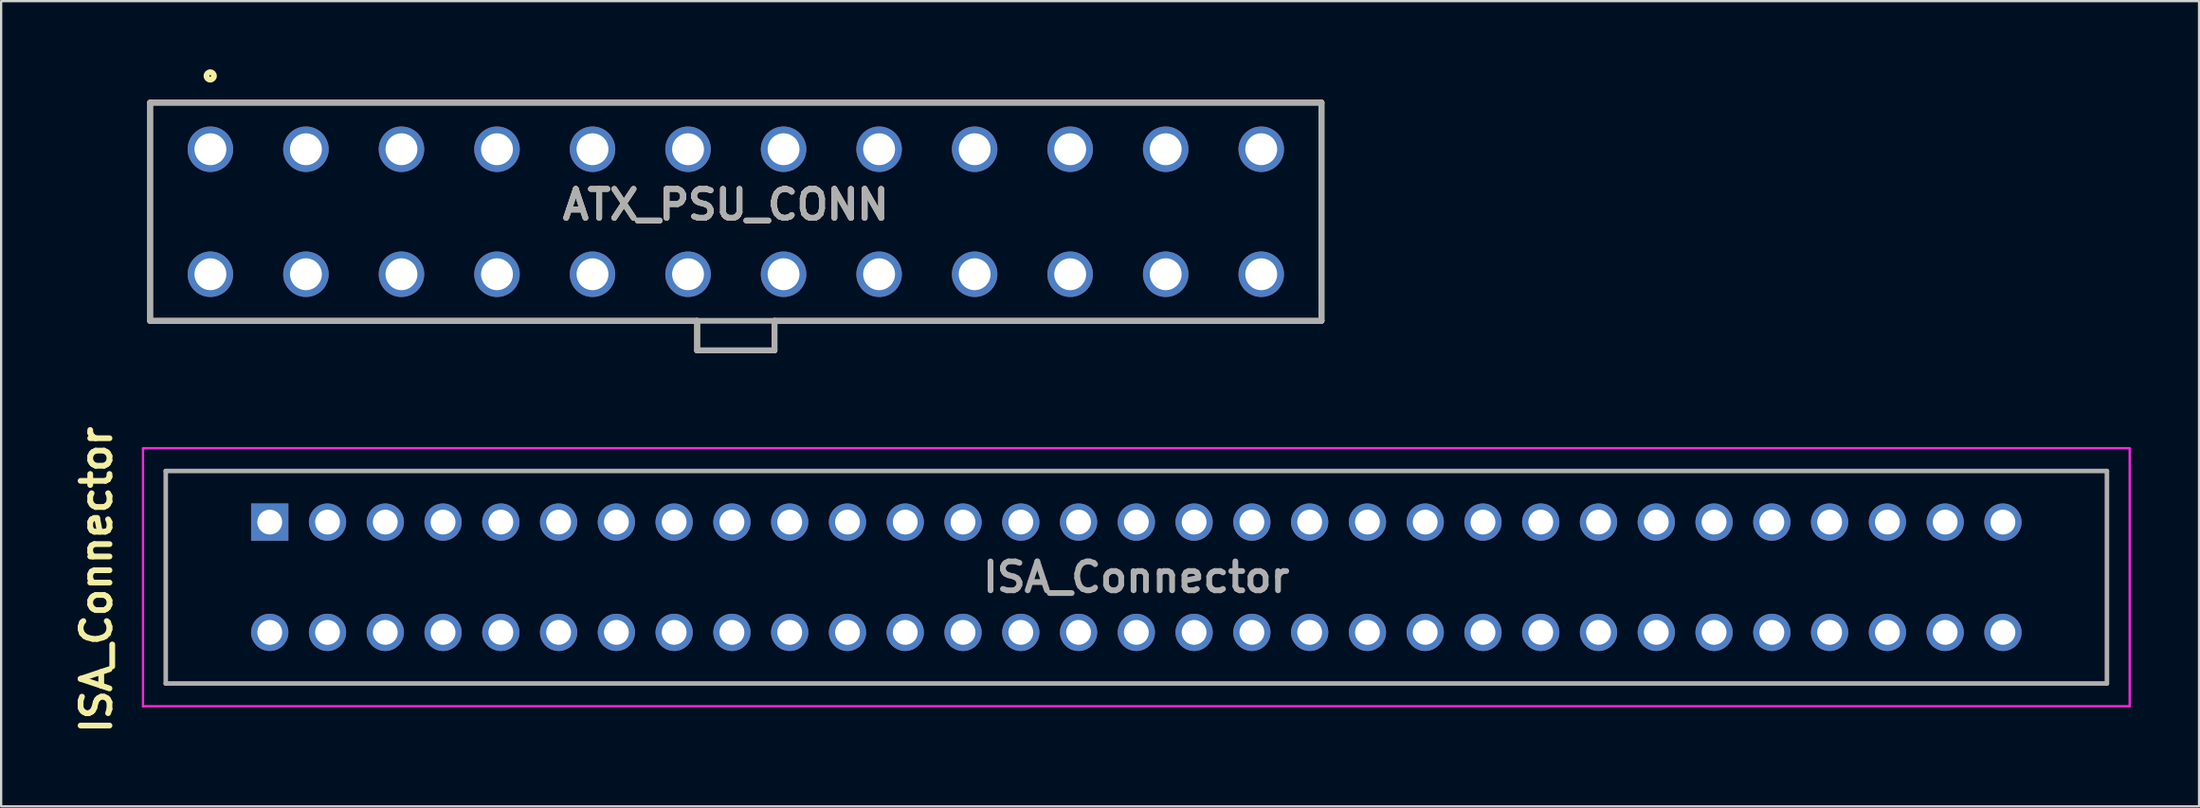
<source format=kicad_pcb>
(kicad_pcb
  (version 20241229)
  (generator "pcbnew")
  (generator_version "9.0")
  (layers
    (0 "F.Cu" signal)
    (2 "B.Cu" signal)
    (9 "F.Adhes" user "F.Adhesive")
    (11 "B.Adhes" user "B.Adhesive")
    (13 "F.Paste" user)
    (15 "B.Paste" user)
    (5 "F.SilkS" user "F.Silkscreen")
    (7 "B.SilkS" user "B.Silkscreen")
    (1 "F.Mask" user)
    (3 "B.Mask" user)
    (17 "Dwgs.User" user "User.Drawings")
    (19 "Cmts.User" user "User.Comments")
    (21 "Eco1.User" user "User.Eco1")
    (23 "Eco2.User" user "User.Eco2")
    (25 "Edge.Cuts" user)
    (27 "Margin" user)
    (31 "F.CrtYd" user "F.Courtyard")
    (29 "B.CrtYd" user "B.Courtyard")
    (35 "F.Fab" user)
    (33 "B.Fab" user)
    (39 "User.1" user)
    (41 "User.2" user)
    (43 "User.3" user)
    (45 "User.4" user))
  (footprint "ISA_Connector"
    (layer "F.Cu")
    (at 8.809 19.919)
    (property "Reference" "ISA_Connector" (at -7.62 2.54 270) (layer "F.SilkS") (effects (font (size 1.27 1.27) (thickness 0.254))))
    (attr through_hole)
    (fp_line (start -4.572 -2.248) (end 80.772 -2.248) (stroke (width 0.1) (type solid)) (layer "F.SilkS"))
    (fp_line (start -4.572 7.1) (end -4.572 -2.248) (stroke (width 0.1) (type solid)) (layer "F.SilkS"))
    (fp_line (start 80.772 -2.248) (end 80.772 7.1) (stroke (width 0.1) (type solid)) (layer "F.SilkS"))
    (fp_line (start 80.772 7.1) (end -4.572 7.1) (stroke (width 0.1) (type solid)) (layer "F.SilkS"))
    (fp_line (start -5.572 -3.248) (end 81.772 -3.248) (stroke (width 0.1) (type solid)) (layer "F.CrtYd"))
    (fp_line (start -5.572 8.1) (end -5.572 -3.248) (stroke (width 0.1) (type solid)) (layer "F.CrtYd"))
    (fp_line (start 81.772 -3.248) (end 81.772 8.1) (stroke (width 0.1) (type solid)) (layer "F.CrtYd"))
    (fp_line (start 81.772 8.1) (end -5.572 8.1) (stroke (width 0.1) (type solid)) (layer "F.CrtYd"))
    (fp_line (start -4.572 -2.248) (end 80.772 -2.248) (stroke (width 0.2) (type solid)) (layer "F.Fab"))
    (fp_line (start -4.572 7.1) (end -4.572 -2.248) (stroke (width 0.2) (type solid)) (layer "F.Fab"))
    (fp_line (start 80.772 -2.248) (end 80.772 7.1) (stroke (width 0.2) (type solid)) (layer "F.Fab"))
    (fp_line (start 80.772 7.1) (end -4.572 7.1) (stroke (width 0.2) (type solid)) (layer "F.Fab"))
    (fp_text user "${REFERENCE}" (at 38.1 2.426 0) (layer "F.Fab") (effects (font (size 1.27 1.27) (thickness 0.254))))
    (pad "1" thru_hole rect (at 0 0) (size 1.638 1.638) (drill 1.092) (layers "*.Cu" "*.Mask"))
    (pad "2" thru_hole circle (at 2.54 0) (size 1.638 1.638) (drill 1.092) (layers "*.Cu" "*.Mask"))
    (pad "3" thru_hole circle (at 5.08 0) (size 1.638 1.638) (drill 1.092) (layers "*.Cu" "*.Mask"))
    (pad "4" thru_hole circle (at 7.62 0) (size 1.638 1.638) (drill 1.092) (layers "*.Cu" "*.Mask"))
    (pad "5" thru_hole circle (at 10.16 0) (size 1.638 1.638) (drill 1.092) (layers "*.Cu" "*.Mask"))
    (pad "6" thru_hole circle (at 12.7 0) (size 1.638 1.638) (drill 1.092) (layers "*.Cu" "*.Mask"))
    (pad "7" thru_hole circle (at 15.24 0) (size 1.638 1.638) (drill 1.092) (layers "*.Cu" "*.Mask"))
    (pad "8" thru_hole circle (at 17.78 0) (size 1.638 1.638) (drill 1.092) (layers "*.Cu" "*.Mask"))
    (pad "9" thru_hole circle (at 20.32 0) (size 1.638 1.638) (drill 1.092) (layers "*.Cu" "*.Mask"))
    (pad "10" thru_hole circle (at 22.86 0) (size 1.638 1.638) (drill 1.092) (layers "*.Cu" "*.Mask"))
    (pad "11" thru_hole circle (at 25.4 0) (size 1.638 1.638) (drill 1.092) (layers "*.Cu" "*.Mask"))
    (pad "12" thru_hole circle (at 27.94 0) (size 1.638 1.638) (drill 1.092) (layers "*.Cu" "*.Mask"))
    (pad "13" thru_hole circle (at 30.48 0) (size 1.638 1.638) (drill 1.092) (layers "*.Cu" "*.Mask"))
    (pad "14" thru_hole circle (at 33.02 0) (size 1.638 1.638) (drill 1.092) (layers "*.Cu" "*.Mask"))
    (pad "15" thru_hole circle (at 35.56 0) (size 1.638 1.638) (drill 1.092) (layers "*.Cu" "*.Mask"))
    (pad "16" thru_hole circle (at 38.1 0) (size 1.638 1.638) (drill 1.092) (layers "*.Cu" "*.Mask"))
    (pad "17" thru_hole circle (at 40.64 0) (size 1.638 1.638) (drill 1.092) (layers "*.Cu" "*.Mask"))
    (pad "18" thru_hole circle (at 43.18 0) (size 1.638 1.638) (drill 1.092) (layers "*.Cu" "*.Mask"))
    (pad "19" thru_hole circle (at 45.72 0) (size 1.638 1.638) (drill 1.092) (layers "*.Cu" "*.Mask"))
    (pad "20" thru_hole circle (at 48.26 0) (size 1.638 1.638) (drill 1.092) (layers "*.Cu" "*.Mask"))
    (pad "21" thru_hole circle (at 50.8 0) (size 1.638 1.638) (drill 1.092) (layers "*.Cu" "*.Mask"))
    (pad "22" thru_hole circle (at 53.34 0) (size 1.638 1.638) (drill 1.092) (layers "*.Cu" "*.Mask"))
    (pad "23" thru_hole circle (at 55.88 0) (size 1.638 1.638) (drill 1.092) (layers "*.Cu" "*.Mask"))
    (pad "24" thru_hole circle (at 58.42 0) (size 1.638 1.638) (drill 1.092) (layers "*.Cu" "*.Mask"))
    (pad "25" thru_hole circle (at 60.96 0) (size 1.638 1.638) (drill 1.092) (layers "*.Cu" "*.Mask"))
    (pad "26" thru_hole circle (at 63.5 0) (size 1.638 1.638) (drill 1.092) (layers "*.Cu" "*.Mask"))
    (pad "27" thru_hole circle (at 66.04 0) (size 1.638 1.638) (drill 1.092) (layers "*.Cu" "*.Mask"))
    (pad "28" thru_hole circle (at 68.58 0) (size 1.638 1.638) (drill 1.092) (layers "*.Cu" "*.Mask"))
    (pad "29" thru_hole circle (at 71.12 0) (size 1.638 1.638) (drill 1.092) (layers "*.Cu" "*.Mask"))
    (pad "30" thru_hole circle (at 73.66 0) (size 1.638 1.638) (drill 1.092) (layers "*.Cu" "*.Mask"))
    (pad "31" thru_hole circle (at 76.2 0) (size 1.638 1.638) (drill 1.092) (layers "*.Cu" "*.Mask"))
    (pad "32" thru_hole circle (at 0 4.852) (size 1.638 1.638) (drill 1.092) (layers "*.Cu" "*.Mask"))
    (pad "33" thru_hole circle (at 2.54 4.852) (size 1.638 1.638) (drill 1.092) (layers "*.Cu" "*.Mask"))
    (pad "34" thru_hole circle (at 5.08 4.852) (size 1.638 1.638) (drill 1.092) (layers "*.Cu" "*.Mask"))
    (pad "35" thru_hole circle (at 7.62 4.852) (size 1.638 1.638) (drill 1.092) (layers "*.Cu" "*.Mask"))
    (pad "36" thru_hole circle (at 10.16 4.852) (size 1.638 1.638) (drill 1.092) (layers "*.Cu" "*.Mask"))
    (pad "37" thru_hole circle (at 12.7 4.852) (size 1.638 1.638) (drill 1.092) (layers "*.Cu" "*.Mask"))
    (pad "38" thru_hole circle (at 15.24 4.852) (size 1.638 1.638) (drill 1.092) (layers "*.Cu" "*.Mask"))
    (pad "39" thru_hole circle (at 17.78 4.852) (size 1.638 1.638) (drill 1.092) (layers "*.Cu" "*.Mask"))
    (pad "40" thru_hole circle (at 20.32 4.852) (size 1.638 1.638) (drill 1.092) (layers "*.Cu" "*.Mask"))
    (pad "41" thru_hole circle (at 22.86 4.852) (size 1.638 1.638) (drill 1.092) (layers "*.Cu" "*.Mask"))
    (pad "42" thru_hole circle (at 25.4 4.852) (size 1.638 1.638) (drill 1.092) (layers "*.Cu" "*.Mask"))
    (pad "43" thru_hole circle (at 27.94 4.852) (size 1.638 1.638) (drill 1.092) (layers "*.Cu" "*.Mask"))
    (pad "44" thru_hole circle (at 30.48 4.852) (size 1.638 1.638) (drill 1.092) (layers "*.Cu" "*.Mask"))
    (pad "45" thru_hole circle (at 33.02 4.852) (size 1.638 1.638) (drill 1.092) (layers "*.Cu" "*.Mask"))
    (pad "46" thru_hole circle (at 35.56 4.852) (size 1.638 1.638) (drill 1.092) (layers "*.Cu" "*.Mask"))
    (pad "47" thru_hole circle (at 38.1 4.852) (size 1.638 1.638) (drill 1.092) (layers "*.Cu" "*.Mask"))
    (pad "48" thru_hole circle (at 40.64 4.852) (size 1.638 1.638) (drill 1.092) (layers "*.Cu" "*.Mask"))
    (pad "49" thru_hole circle (at 43.18 4.852) (size 1.638 1.638) (drill 1.092) (layers "*.Cu" "*.Mask"))
    (pad "50" thru_hole circle (at 45.72 4.852) (size 1.638 1.638) (drill 1.092) (layers "*.Cu" "*.Mask"))
    (pad "51" thru_hole circle (at 48.26 4.852) (size 1.638 1.638) (drill 1.092) (layers "*.Cu" "*.Mask"))
    (pad "52" thru_hole circle (at 50.8 4.852) (size 1.638 1.638) (drill 1.092) (layers "*.Cu" "*.Mask"))
    (pad "53" thru_hole circle (at 53.34 4.852) (size 1.638 1.638) (drill 1.092) (layers "*.Cu" "*.Mask"))
    (pad "54" thru_hole circle (at 55.88 4.852) (size 1.638 1.638) (drill 1.092) (layers "*.Cu" "*.Mask"))
    (pad "55" thru_hole circle (at 58.42 4.852) (size 1.638 1.638) (drill 1.092) (layers "*.Cu" "*.Mask"))
    (pad "56" thru_hole circle (at 60.96 4.852) (size 1.638 1.638) (drill 1.092) (layers "*.Cu" "*.Mask"))
    (pad "57" thru_hole circle (at 63.5 4.852) (size 1.638 1.638) (drill 1.092) (layers "*.Cu" "*.Mask"))
    (pad "58" thru_hole circle (at 66.04 4.852) (size 1.638 1.638) (drill 1.092) (layers "*.Cu" "*.Mask"))
    (pad "59" thru_hole circle (at 68.58 4.852) (size 1.638 1.638) (drill 1.092) (layers "*.Cu" "*.Mask"))
    (pad "60" thru_hole circle (at 71.12 4.852) (size 1.638 1.638) (drill 1.092) (layers "*.Cu" "*.Mask"))
    (pad "61" thru_hole circle (at 73.66 4.852) (size 1.638 1.638) (drill 1.092) (layers "*.Cu" "*.Mask"))
    (pad "62" thru_hole circle (at 76.2 4.852) (size 1.638 1.638) (drill 1.092) (layers "*.Cu" "*.Mask")))
  (footprint "ATX_PSU_CONN"
    (layer "F.Cu")
    (at 29.3 11.065)
    (property "Reference" "ATX_PSU_CONN" (at -0.444 -5.108 0) (layer "F.SilkS") (effects (font (size 1.27 1.27) (thickness 0.254))))
    (attr through_hole)
    (fp_line (start -25.75 -9.6) (end 25.75 -9.6) (stroke (width 0.254) (type solid)) (layer "F.SilkS"))
    (fp_line (start -25.75 0) (end -25.75 -9.6) (stroke (width 0.254) (type solid)) (layer "F.SilkS"))
    (fp_line (start -1.7 0) (end -25.75 0) (stroke (width 0.254) (type solid)) (layer "F.SilkS"))
    (fp_line (start -1.7 1.3) (end -1.7 0) (stroke (width 0.254) (type solid)) (layer "F.SilkS"))
    (fp_line (start 1.7 0) (end 1.7 1.3) (stroke (width 0.254) (type solid)) (layer "F.SilkS"))
    (fp_line (start 1.7 1.3) (end -1.7 1.3) (stroke (width 0.254) (type solid)) (layer "F.SilkS"))
    (fp_line (start 25.75 -9.6) (end 25.75 0) (stroke (width 0.254) (type solid)) (layer "F.SilkS"))
    (fp_line (start 25.75 0) (end 1.7 0) (stroke (width 0.254) (type solid)) (layer "F.SilkS"))
    (fp_circle (center -23.108 -10.774) (end -23.108 -10.61) (stroke (width 0.254) (type solid)) (fill no) (layer "F.SilkS"))
    (fp_line (start -25.75 -9.6) (end 25.75 -9.6) (stroke (width 0.254) (type solid)) (layer "F.Fab"))
    (fp_line (start -25.75 0) (end -25.75 -9.6) (stroke (width 0.254) (type solid)) (layer "F.Fab"))
    (fp_line (start -1.7 0) (end -1.7 1.3) (stroke (width 0.254) (type solid)) (layer "F.Fab"))
    (fp_line (start -1.7 1.3) (end 1.7 1.3) (stroke (width 0.254) (type solid)) (layer "F.Fab"))
    (fp_line (start 1.7 1.3) (end 1.7 0) (stroke (width 0.254) (type solid)) (layer "F.Fab"))
    (fp_line (start 25.75 -9.6) (end 25.75 0) (stroke (width 0.254) (type solid)) (layer "F.Fab"))
    (fp_line (start 25.75 0) (end -25.75 0) (stroke (width 0.254) (type solid)) (layer "F.Fab"))
    (fp_text user "${REFERENCE}" (at -0.444 -5.108 0) (layer "F.Fab") (effects (font (size 1.27 1.27) (thickness 0.254))))
    (pad "" np_thru_hole circle (at -27.8 -2.51) (size 0.001 0.001) (drill 3) (layers "*.Cu" "*.Mask"))
    (pad "1" thru_hole circle (at -23.1 -7.55) (size 2 2) (drill 1.4) (layers "*.Cu" "*.Mask"))
    (pad "2" thru_hole circle (at -18.9 -7.55) (size 2 2) (drill 1.4) (layers "*.Cu" "*.Mask"))
    (pad "3" thru_hole circle (at -14.7 -7.55) (size 2 2) (drill 1.4) (layers "*.Cu" "*.Mask"))
    (pad "4" thru_hole circle (at -10.5 -7.55) (size 2 2) (drill 1.4) (layers "*.Cu" "*.Mask"))
    (pad "5" thru_hole circle (at -6.3 -7.55) (size 2 2) (drill 1.4) (layers "*.Cu" "*.Mask"))
    (pad "6" thru_hole circle (at -2.1 -7.55) (size 2 2) (drill 1.4) (layers "*.Cu" "*.Mask"))
    (pad "7" thru_hole circle (at 2.1 -7.55) (size 2 2) (drill 1.4) (layers "*.Cu" "*.Mask"))
    (pad "8" thru_hole circle (at 6.3 -7.55) (size 2 2) (drill 1.4) (layers "*.Cu" "*.Mask"))
    (pad "9" thru_hole circle (at 10.5 -7.55) (size 2 2) (drill 1.4) (layers "*.Cu" "*.Mask"))
    (pad "10" thru_hole circle (at 14.7 -7.55) (size 2 2) (drill 1.4) (layers "*.Cu" "*.Mask"))
    (pad "11" thru_hole circle (at 18.9 -7.55) (size 2 2) (drill 1.4) (layers "*.Cu" "*.Mask"))
    (pad "12" thru_hole circle (at 23.1 -7.55) (size 2 2) (drill 1.4) (layers "*.Cu" "*.Mask"))
    (pad "13" thru_hole circle (at -23.1 -2.05) (size 2 2) (drill 1.4) (layers "*.Cu" "*.Mask"))
    (pad "14" thru_hole circle (at -18.9 -2.05) (size 2 2) (drill 1.4) (layers "*.Cu" "*.Mask"))
    (pad "15" thru_hole circle (at -14.7 -2.05) (size 2 2) (drill 1.4) (layers "*.Cu" "*.Mask"))
    (pad "16" thru_hole circle (at -10.5 -2.05) (size 2 2) (drill 1.4) (layers "*.Cu" "*.Mask"))
    (pad "17" thru_hole circle (at -6.3 -2.05) (size 2 2) (drill 1.4) (layers "*.Cu" "*.Mask"))
    (pad "18" thru_hole circle (at -2.1 -2.05) (size 2 2) (drill 1.4) (layers "*.Cu" "*.Mask"))
    (pad "19" thru_hole circle (at 2.1 -2.05) (size 2 2) (drill 1.4) (layers "*.Cu" "*.Mask"))
    (pad "20" thru_hole circle (at 6.3 -2.05) (size 2 2) (drill 1.4) (layers "*.Cu" "*.Mask"))
    (pad "21" thru_hole circle (at 10.5 -2.05) (size 2 2) (drill 1.4) (layers "*.Cu" "*.Mask"))
    (pad "22" thru_hole circle (at 14.7 -2.05) (size 2 2) (drill 1.4) (layers "*.Cu" "*.Mask"))
    (pad "23" thru_hole circle (at 18.9 -2.05) (size 2 2) (drill 1.4) (layers "*.Cu" "*.Mask"))
    (pad "24" thru_hole circle (at 23.1 -2.05) (size 2 2) (drill 1.4) (layers "*.Cu" "*.Mask")))
  (gr_rect
    (start -3 -3)
    (end 93.631 32.426)
    (stroke (width 0.1) (type default))
    (fill no)
    (layer "Edge.Cuts")))
</source>
